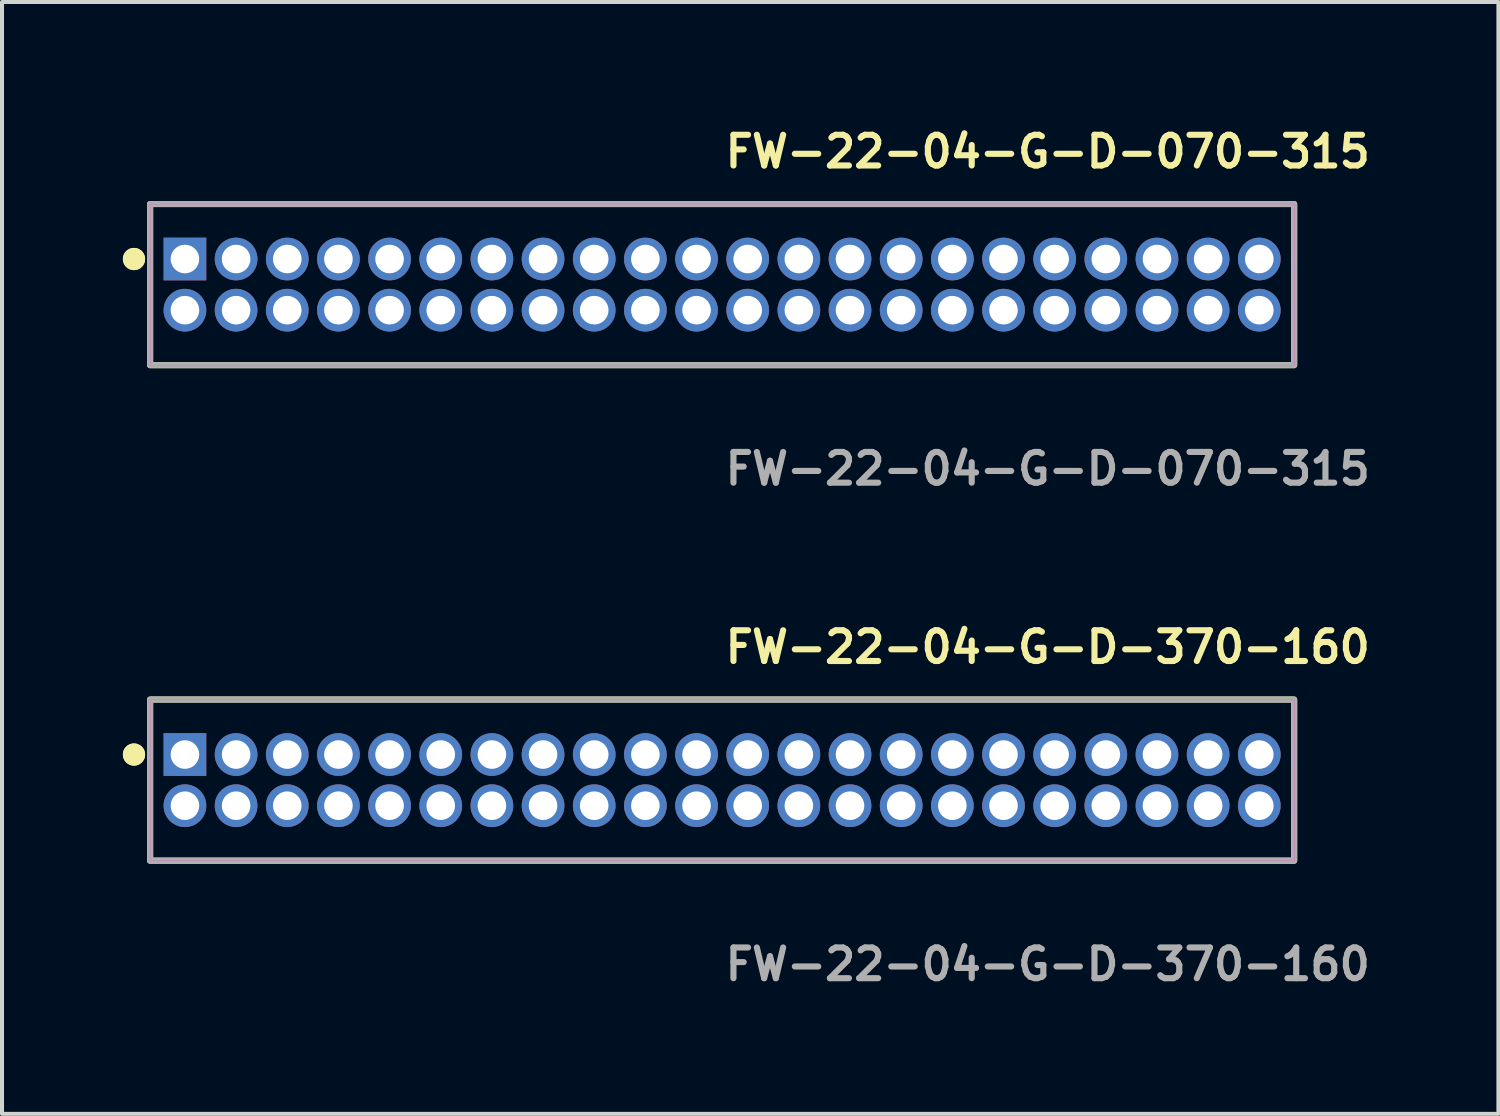
<source format=kicad_pcb>
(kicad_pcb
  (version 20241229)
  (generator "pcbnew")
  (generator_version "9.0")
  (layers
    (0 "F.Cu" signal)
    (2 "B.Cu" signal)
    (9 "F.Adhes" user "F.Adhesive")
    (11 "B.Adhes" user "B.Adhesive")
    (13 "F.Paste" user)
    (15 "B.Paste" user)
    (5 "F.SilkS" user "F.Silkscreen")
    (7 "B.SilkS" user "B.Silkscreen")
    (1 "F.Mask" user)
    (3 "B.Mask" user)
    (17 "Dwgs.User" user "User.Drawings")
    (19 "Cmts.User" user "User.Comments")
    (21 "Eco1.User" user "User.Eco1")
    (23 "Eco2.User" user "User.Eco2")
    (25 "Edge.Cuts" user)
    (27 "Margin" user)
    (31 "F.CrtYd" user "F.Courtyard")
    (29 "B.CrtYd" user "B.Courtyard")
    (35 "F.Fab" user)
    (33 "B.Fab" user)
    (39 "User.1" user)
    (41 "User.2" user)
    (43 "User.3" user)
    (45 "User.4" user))
  (footprint "FW-22-04-G-D-370-160"
    (layer "F.Cu")
    (at 14.876 16.316)
    (property "Reference" "FW-22-04-G-D-370-160" (at 0 -3.302 0) (unlocked yes) (layer "F.SilkS") (effects (font (size 0.762 0.762) (thickness 0.152)) (justify left)))
    (fp_rect (start -14.2 2) (end 14.2 -2) (stroke (width 0.152) (type solid)) (fill no) (layer "F.SilkS"))
    (fp_circle (center -14.6 -0.635) (end -14.8 -0.635) (stroke (width 0.152) (type solid)) (fill yes) (layer "F.SilkS"))
    (fp_circle (center -14.6 -0.635) (end -14.8 -0.635) (stroke (width 0.152) (type solid)) (fill yes) (layer "F.SilkS"))
    (fp_rect (start -14.2 2) (end 14.2 -2) (stroke (width 0.006) (type solid)) (fill no) (layer "F.CrtYd"))
    (fp_rect (start -14.2 2) (end 14.2 -2) (stroke (width 0.152) (type solid)) (fill no) (layer "F.Fab"))
    (fp_text user "${REFERENCE}" (at 0 4.572 0) (unlocked yes) (layer "F.Fab") (effects (font (size 0.762 0.762) (thickness 0.152)) (justify left)))
    (pad "1" thru_hole rect (at -13.335 -0.635) (size 1.06 1.06) (drill 0.71) (layers "*.Cu" "*.Mask"))
    (pad "2" thru_hole circle (at -13.335 0.635) (size 1.06 1.06) (drill 0.71) (layers "*.Cu" "*.Mask"))
    (pad "3" thru_hole circle (at -12.065 -0.635) (size 1.06 1.06) (drill 0.71) (layers "*.Cu" "*.Mask"))
    (pad "4" thru_hole circle (at -12.065 0.635) (size 1.06 1.06) (drill 0.71) (layers "*.Cu" "*.Mask"))
    (pad "5" thru_hole circle (at -10.795 -0.635) (size 1.06 1.06) (drill 0.71) (layers "*.Cu" "*.Mask"))
    (pad "6" thru_hole circle (at -10.795 0.635) (size 1.06 1.06) (drill 0.71) (layers "*.Cu" "*.Mask"))
    (pad "7" thru_hole circle (at -9.525 -0.635) (size 1.06 1.06) (drill 0.71) (layers "*.Cu" "*.Mask"))
    (pad "8" thru_hole circle (at -9.525 0.635) (size 1.06 1.06) (drill 0.71) (layers "*.Cu" "*.Mask"))
    (pad "9" thru_hole circle (at -8.255 -0.635) (size 1.06 1.06) (drill 0.71) (layers "*.Cu" "*.Mask"))
    (pad "10" thru_hole circle (at -8.255 0.635) (size 1.06 1.06) (drill 0.71) (layers "*.Cu" "*.Mask"))
    (pad "11" thru_hole circle (at -6.985 -0.635) (size 1.06 1.06) (drill 0.71) (layers "*.Cu" "*.Mask"))
    (pad "12" thru_hole circle (at -6.985 0.635) (size 1.06 1.06) (drill 0.71) (layers "*.Cu" "*.Mask"))
    (pad "13" thru_hole circle (at -5.715 -0.635) (size 1.06 1.06) (drill 0.71) (layers "*.Cu" "*.Mask"))
    (pad "14" thru_hole circle (at -5.715 0.635) (size 1.06 1.06) (drill 0.71) (layers "*.Cu" "*.Mask"))
    (pad "15" thru_hole circle (at -4.445 -0.635) (size 1.06 1.06) (drill 0.71) (layers "*.Cu" "*.Mask"))
    (pad "16" thru_hole circle (at -4.445 0.635) (size 1.06 1.06) (drill 0.71) (layers "*.Cu" "*.Mask"))
    (pad "17" thru_hole circle (at -3.175 -0.635) (size 1.06 1.06) (drill 0.71) (layers "*.Cu" "*.Mask"))
    (pad "18" thru_hole circle (at -3.175 0.635) (size 1.06 1.06) (drill 0.71) (layers "*.Cu" "*.Mask"))
    (pad "19" thru_hole circle (at -1.905 -0.635) (size 1.06 1.06) (drill 0.71) (layers "*.Cu" "*.Mask"))
    (pad "20" thru_hole circle (at -1.905 0.635) (size 1.06 1.06) (drill 0.71) (layers "*.Cu" "*.Mask"))
    (pad "21" thru_hole circle (at -0.635 -0.635) (size 1.06 1.06) (drill 0.71) (layers "*.Cu" "*.Mask"))
    (pad "22" thru_hole circle (at -0.635 0.635) (size 1.06 1.06) (drill 0.71) (layers "*.Cu" "*.Mask"))
    (pad "23" thru_hole circle (at 0.635 -0.635) (size 1.06 1.06) (drill 0.71) (layers "*.Cu" "*.Mask"))
    (pad "24" thru_hole circle (at 0.635 0.635) (size 1.06 1.06) (drill 0.71) (layers "*.Cu" "*.Mask"))
    (pad "25" thru_hole circle (at 1.905 -0.635) (size 1.06 1.06) (drill 0.71) (layers "*.Cu" "*.Mask"))
    (pad "26" thru_hole circle (at 1.905 0.635) (size 1.06 1.06) (drill 0.71) (layers "*.Cu" "*.Mask"))
    (pad "27" thru_hole circle (at 3.175 -0.635) (size 1.06 1.06) (drill 0.71) (layers "*.Cu" "*.Mask"))
    (pad "28" thru_hole circle (at 3.175 0.635) (size 1.06 1.06) (drill 0.71) (layers "*.Cu" "*.Mask"))
    (pad "29" thru_hole circle (at 4.445 -0.635) (size 1.06 1.06) (drill 0.71) (layers "*.Cu" "*.Mask"))
    (pad "30" thru_hole circle (at 4.445 0.635) (size 1.06 1.06) (drill 0.71) (layers "*.Cu" "*.Mask"))
    (pad "31" thru_hole circle (at 5.715 -0.635) (size 1.06 1.06) (drill 0.71) (layers "*.Cu" "*.Mask"))
    (pad "32" thru_hole circle (at 5.715 0.635) (size 1.06 1.06) (drill 0.71) (layers "*.Cu" "*.Mask"))
    (pad "33" thru_hole circle (at 6.985 -0.635) (size 1.06 1.06) (drill 0.71) (layers "*.Cu" "*.Mask"))
    (pad "34" thru_hole circle (at 6.985 0.635) (size 1.06 1.06) (drill 0.71) (layers "*.Cu" "*.Mask"))
    (pad "35" thru_hole circle (at 8.255 -0.635) (size 1.06 1.06) (drill 0.71) (layers "*.Cu" "*.Mask"))
    (pad "36" thru_hole circle (at 8.255 0.635) (size 1.06 1.06) (drill 0.71) (layers "*.Cu" "*.Mask"))
    (pad "37" thru_hole circle (at 9.525 -0.635) (size 1.06 1.06) (drill 0.71) (layers "*.Cu" "*.Mask"))
    (pad "38" thru_hole circle (at 9.525 0.635) (size 1.06 1.06) (drill 0.71) (layers "*.Cu" "*.Mask"))
    (pad "39" thru_hole circle (at 10.795 -0.635) (size 1.06 1.06) (drill 0.71) (layers "*.Cu" "*.Mask"))
    (pad "40" thru_hole circle (at 10.795 0.635) (size 1.06 1.06) (drill 0.71) (layers "*.Cu" "*.Mask"))
    (pad "41" thru_hole circle (at 12.065 -0.635) (size 1.06 1.06) (drill 0.71) (layers "*.Cu" "*.Mask"))
    (pad "42" thru_hole circle (at 12.065 0.635) (size 1.06 1.06) (drill 0.71) (layers "*.Cu" "*.Mask"))
    (pad "43" thru_hole circle (at 13.335 -0.635) (size 1.06 1.06) (drill 0.71) (layers "*.Cu" "*.Mask"))
    (pad "44" thru_hole circle (at 13.335 0.635) (size 1.06 1.06) (drill 0.71) (layers "*.Cu" "*.Mask")))
  (footprint "FW-22-04-G-D-070-315"
    (layer "F.Cu")
    (at 14.876 4.015)
    (property "Reference" "FW-22-04-G-D-070-315" (at 0 -3.302 0) (unlocked yes) (layer "F.SilkS") (effects (font (size 0.762 0.762) (thickness 0.152)) (justify left)))
    (fp_rect (start -14.2 2) (end 14.2 -2) (stroke (width 0.152) (type solid)) (fill no) (layer "F.SilkS"))
    (fp_circle (center -14.6 -0.635) (end -14.8 -0.635) (stroke (width 0.152) (type solid)) (fill yes) (layer "F.SilkS"))
    (fp_circle (center -14.6 -0.635) (end -14.8 -0.635) (stroke (width 0.152) (type solid)) (fill yes) (layer "F.SilkS"))
    (fp_rect (start -14.2 2) (end 14.2 -2) (stroke (width 0.006) (type solid)) (fill no) (layer "F.CrtYd"))
    (fp_rect (start -14.2 2) (end 14.2 -2) (stroke (width 0.152) (type solid)) (fill no) (layer "F.Fab"))
    (fp_text user "${REFERENCE}" (at 0 4.572 0) (unlocked yes) (layer "F.Fab") (effects (font (size 0.762 0.762) (thickness 0.152)) (justify left)))
    (pad "1" thru_hole rect (at -13.335 -0.635) (size 1.06 1.06) (drill 0.71) (layers "*.Cu" "*.Mask"))
    (pad "2" thru_hole circle (at -13.335 0.635) (size 1.06 1.06) (drill 0.71) (layers "*.Cu" "*.Mask"))
    (pad "3" thru_hole circle (at -12.065 -0.635) (size 1.06 1.06) (drill 0.71) (layers "*.Cu" "*.Mask"))
    (pad "4" thru_hole circle (at -12.065 0.635) (size 1.06 1.06) (drill 0.71) (layers "*.Cu" "*.Mask"))
    (pad "5" thru_hole circle (at -10.795 -0.635) (size 1.06 1.06) (drill 0.71) (layers "*.Cu" "*.Mask"))
    (pad "6" thru_hole circle (at -10.795 0.635) (size 1.06 1.06) (drill 0.71) (layers "*.Cu" "*.Mask"))
    (pad "7" thru_hole circle (at -9.525 -0.635) (size 1.06 1.06) (drill 0.71) (layers "*.Cu" "*.Mask"))
    (pad "8" thru_hole circle (at -9.525 0.635) (size 1.06 1.06) (drill 0.71) (layers "*.Cu" "*.Mask"))
    (pad "9" thru_hole circle (at -8.255 -0.635) (size 1.06 1.06) (drill 0.71) (layers "*.Cu" "*.Mask"))
    (pad "10" thru_hole circle (at -8.255 0.635) (size 1.06 1.06) (drill 0.71) (layers "*.Cu" "*.Mask"))
    (pad "11" thru_hole circle (at -6.985 -0.635) (size 1.06 1.06) (drill 0.71) (layers "*.Cu" "*.Mask"))
    (pad "12" thru_hole circle (at -6.985 0.635) (size 1.06 1.06) (drill 0.71) (layers "*.Cu" "*.Mask"))
    (pad "13" thru_hole circle (at -5.715 -0.635) (size 1.06 1.06) (drill 0.71) (layers "*.Cu" "*.Mask"))
    (pad "14" thru_hole circle (at -5.715 0.635) (size 1.06 1.06) (drill 0.71) (layers "*.Cu" "*.Mask"))
    (pad "15" thru_hole circle (at -4.445 -0.635) (size 1.06 1.06) (drill 0.71) (layers "*.Cu" "*.Mask"))
    (pad "16" thru_hole circle (at -4.445 0.635) (size 1.06 1.06) (drill 0.71) (layers "*.Cu" "*.Mask"))
    (pad "17" thru_hole circle (at -3.175 -0.635) (size 1.06 1.06) (drill 0.71) (layers "*.Cu" "*.Mask"))
    (pad "18" thru_hole circle (at -3.175 0.635) (size 1.06 1.06) (drill 0.71) (layers "*.Cu" "*.Mask"))
    (pad "19" thru_hole circle (at -1.905 -0.635) (size 1.06 1.06) (drill 0.71) (layers "*.Cu" "*.Mask"))
    (pad "20" thru_hole circle (at -1.905 0.635) (size 1.06 1.06) (drill 0.71) (layers "*.Cu" "*.Mask"))
    (pad "21" thru_hole circle (at -0.635 -0.635) (size 1.06 1.06) (drill 0.71) (layers "*.Cu" "*.Mask"))
    (pad "22" thru_hole circle (at -0.635 0.635) (size 1.06 1.06) (drill 0.71) (layers "*.Cu" "*.Mask"))
    (pad "23" thru_hole circle (at 0.635 -0.635) (size 1.06 1.06) (drill 0.71) (layers "*.Cu" "*.Mask"))
    (pad "24" thru_hole circle (at 0.635 0.635) (size 1.06 1.06) (drill 0.71) (layers "*.Cu" "*.Mask"))
    (pad "25" thru_hole circle (at 1.905 -0.635) (size 1.06 1.06) (drill 0.71) (layers "*.Cu" "*.Mask"))
    (pad "26" thru_hole circle (at 1.905 0.635) (size 1.06 1.06) (drill 0.71) (layers "*.Cu" "*.Mask"))
    (pad "27" thru_hole circle (at 3.175 -0.635) (size 1.06 1.06) (drill 0.71) (layers "*.Cu" "*.Mask"))
    (pad "28" thru_hole circle (at 3.175 0.635) (size 1.06 1.06) (drill 0.71) (layers "*.Cu" "*.Mask"))
    (pad "29" thru_hole circle (at 4.445 -0.635) (size 1.06 1.06) (drill 0.71) (layers "*.Cu" "*.Mask"))
    (pad "30" thru_hole circle (at 4.445 0.635) (size 1.06 1.06) (drill 0.71) (layers "*.Cu" "*.Mask"))
    (pad "31" thru_hole circle (at 5.715 -0.635) (size 1.06 1.06) (drill 0.71) (layers "*.Cu" "*.Mask"))
    (pad "32" thru_hole circle (at 5.715 0.635) (size 1.06 1.06) (drill 0.71) (layers "*.Cu" "*.Mask"))
    (pad "33" thru_hole circle (at 6.985 -0.635) (size 1.06 1.06) (drill 0.71) (layers "*.Cu" "*.Mask"))
    (pad "34" thru_hole circle (at 6.985 0.635) (size 1.06 1.06) (drill 0.71) (layers "*.Cu" "*.Mask"))
    (pad "35" thru_hole circle (at 8.255 -0.635) (size 1.06 1.06) (drill 0.71) (layers "*.Cu" "*.Mask"))
    (pad "36" thru_hole circle (at 8.255 0.635) (size 1.06 1.06) (drill 0.71) (layers "*.Cu" "*.Mask"))
    (pad "37" thru_hole circle (at 9.525 -0.635) (size 1.06 1.06) (drill 0.71) (layers "*.Cu" "*.Mask"))
    (pad "38" thru_hole circle (at 9.525 0.635) (size 1.06 1.06) (drill 0.71) (layers "*.Cu" "*.Mask"))
    (pad "39" thru_hole circle (at 10.795 -0.635) (size 1.06 1.06) (drill 0.71) (layers "*.Cu" "*.Mask"))
    (pad "40" thru_hole circle (at 10.795 0.635) (size 1.06 1.06) (drill 0.71) (layers "*.Cu" "*.Mask"))
    (pad "41" thru_hole circle (at 12.065 -0.635) (size 1.06 1.06) (drill 0.71) (layers "*.Cu" "*.Mask"))
    (pad "42" thru_hole circle (at 12.065 0.635) (size 1.06 1.06) (drill 0.71) (layers "*.Cu" "*.Mask"))
    (pad "43" thru_hole circle (at 13.335 -0.635) (size 1.06 1.06) (drill 0.71) (layers "*.Cu" "*.Mask"))
    (pad "44" thru_hole circle (at 13.335 0.635) (size 1.06 1.06) (drill 0.71) (layers "*.Cu" "*.Mask")))
  (gr_rect
    (start -3 -3)
    (end 34.147 24.601)
    (stroke (width 0.1) (type default))
    (fill no)
    (layer "Edge.Cuts")))
</source>
